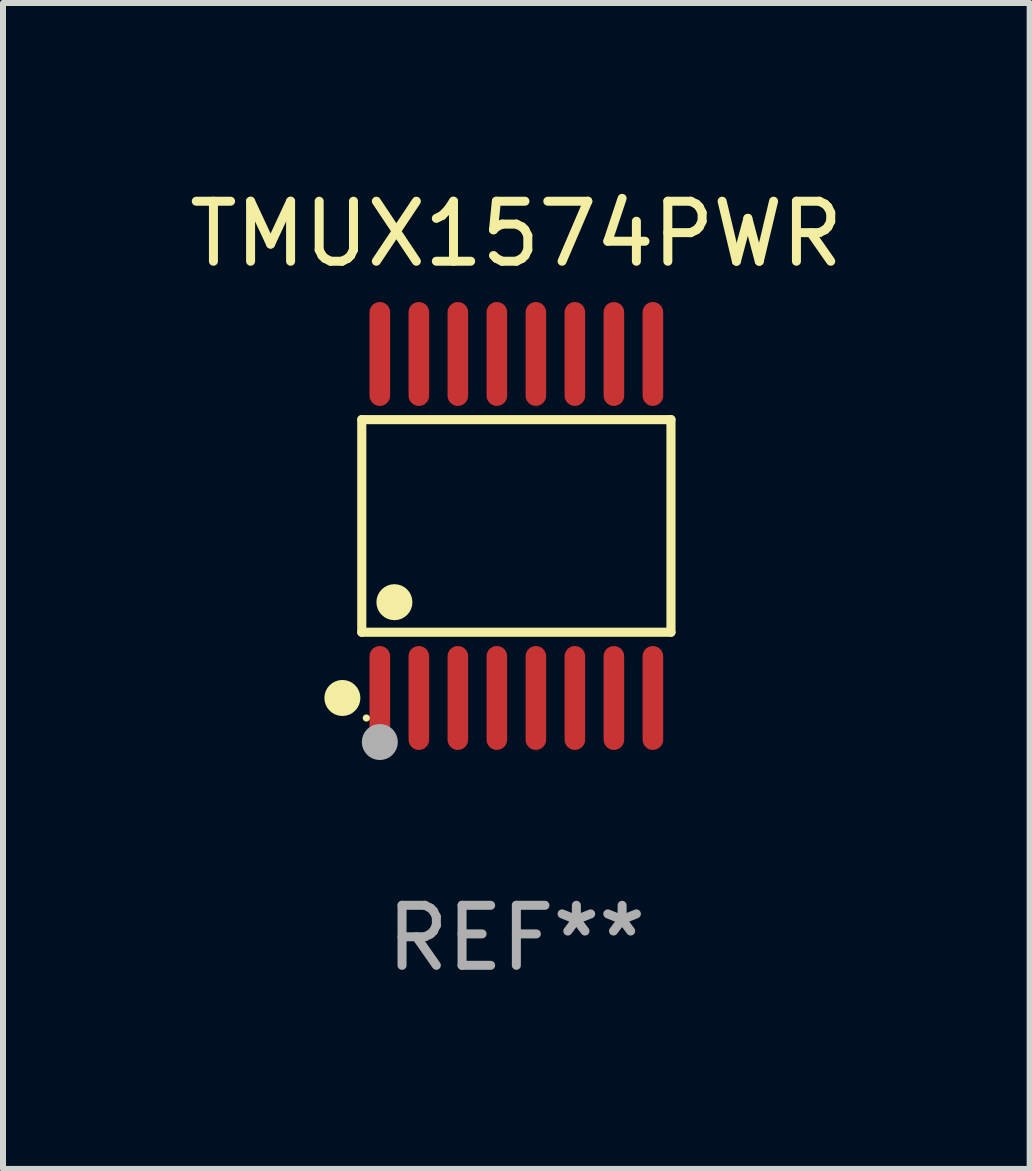
<source format=kicad_pcb>
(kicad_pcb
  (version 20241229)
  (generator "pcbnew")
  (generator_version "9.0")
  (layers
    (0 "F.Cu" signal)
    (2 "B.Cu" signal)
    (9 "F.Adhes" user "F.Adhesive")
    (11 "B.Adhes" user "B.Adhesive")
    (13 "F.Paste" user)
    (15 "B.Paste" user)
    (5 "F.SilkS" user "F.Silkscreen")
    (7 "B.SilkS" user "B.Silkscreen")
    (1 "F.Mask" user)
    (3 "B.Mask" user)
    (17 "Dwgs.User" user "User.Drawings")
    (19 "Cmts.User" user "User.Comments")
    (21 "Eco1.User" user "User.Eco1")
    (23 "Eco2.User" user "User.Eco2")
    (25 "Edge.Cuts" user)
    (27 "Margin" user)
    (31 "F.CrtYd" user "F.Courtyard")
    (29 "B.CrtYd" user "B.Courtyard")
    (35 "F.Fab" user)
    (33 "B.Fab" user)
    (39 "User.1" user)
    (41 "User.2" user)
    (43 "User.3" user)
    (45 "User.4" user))
  (footprint "TMUX1574PWR"
    (layer "F.Cu")
    (at 5.554 5.714)
    (property "Reference" "TMUX1574PWR" (at 0 -4.866 0) (layer "F.SilkS") (effects (font (size 1 1) (thickness 0.15))))
    (attr through_hole)
    (fp_line (start -2.576 -1.772) (end 2.576 -1.772) (stroke (width 0.152) (type solid)) (layer "F.SilkS"))
    (fp_line (start -2.576 1.771) (end -2.576 -1.772) (stroke (width 0.152) (type solid)) (layer "F.SilkS"))
    (fp_line (start 2.576 -1.772) (end 2.576 1.771) (stroke (width 0.152) (type solid)) (layer "F.SilkS"))
    (fp_line (start 2.576 1.771) (end -2.576 1.771) (stroke (width 0.152) (type solid)) (layer "F.SilkS"))
    (fp_circle (center -2.899 2.866) (end -2.749 2.866) (stroke (width 0.3) (type solid)) (fill no) (layer "F.SilkS"))
    (fp_circle (center -2.5 3.2) (end -2.47 3.2) (stroke (width 0.06) (type solid)) (fill no) (layer "F.SilkS"))
    (fp_circle (center -2.032 1.27) (end -1.882 1.27) (stroke (width 0.3) (type solid)) (fill no) (layer "F.SilkS"))
    (fp_circle (center -2.275 3.6) (end -2.125 3.6) (stroke (width 0.3) (type solid)) (fill no) (layer "F.Fab"))
    (fp_text user "REF**" (at 0 6.866 0) (layer "F.Fab") (effects (font (size 1 1) (thickness 0.15))))
    (pad "1" smd oval (at -2.275 2.866) (size 0.343 1.731) (layers "F.Cu" "F.Mask" "F.Paste"))
    (pad "2" smd oval (at -1.625 2.866) (size 0.343 1.731) (layers "F.Cu" "F.Mask" "F.Paste"))
    (pad "3" smd oval (at -0.975 2.866) (size 0.343 1.731) (layers "F.Cu" "F.Mask" "F.Paste"))
    (pad "4" smd oval (at -0.325 2.866) (size 0.343 1.731) (layers "F.Cu" "F.Mask" "F.Paste"))
    (pad "5" smd oval (at 0.325 2.866) (size 0.343 1.731) (layers "F.Cu" "F.Mask" "F.Paste"))
    (pad "6" smd oval (at 0.975 2.866) (size 0.343 1.731) (layers "F.Cu" "F.Mask" "F.Paste"))
    (pad "7" smd oval (at 1.625 2.866) (size 0.343 1.731) (layers "F.Cu" "F.Mask" "F.Paste"))
    (pad "8" smd oval (at 2.275 2.866) (size 0.343 1.731) (layers "F.Cu" "F.Mask" "F.Paste"))
    (pad "9" smd oval (at 2.275 -2.866) (size 0.343 1.731) (layers "F.Cu" "F.Mask" "F.Paste"))
    (pad "10" smd oval (at 1.625 -2.866) (size 0.343 1.731) (layers "F.Cu" "F.Mask" "F.Paste"))
    (pad "11" smd oval (at 0.975 -2.866) (size 0.343 1.731) (layers "F.Cu" "F.Mask" "F.Paste"))
    (pad "12" smd oval (at 0.325 -2.866) (size 0.343 1.731) (layers "F.Cu" "F.Mask" "F.Paste"))
    (pad "13" smd oval (at -0.325 -2.866) (size 0.343 1.731) (layers "F.Cu" "F.Mask" "F.Paste"))
    (pad "14" smd oval (at -0.975 -2.866) (size 0.343 1.731) (layers "F.Cu" "F.Mask" "F.Paste"))
    (pad "15" smd oval (at -1.625 -2.866) (size 0.343 1.731) (layers "F.Cu" "F.Mask" "F.Paste"))
    (pad "16" smd oval (at -2.275 -2.866) (size 0.343 1.731) (layers "F.Cu" "F.Mask" "F.Paste")))
  (gr_rect
    (start -3 -3)
    (end 14.107 16.428)
    (stroke (width 0.1) (type default))
    (fill no)
    (layer "Edge.Cuts")))
</source>
